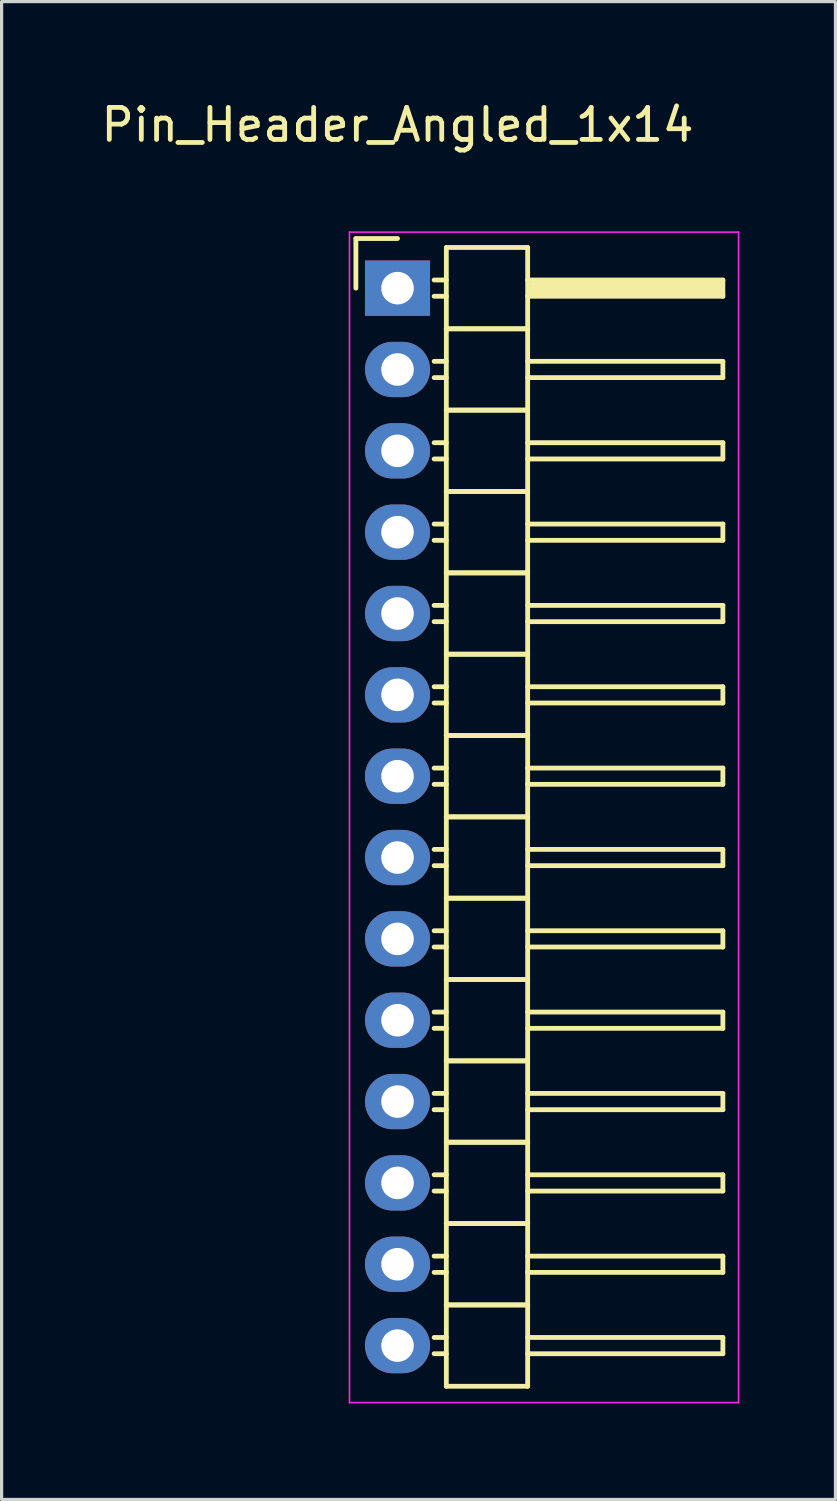
<source format=kicad_pcb>
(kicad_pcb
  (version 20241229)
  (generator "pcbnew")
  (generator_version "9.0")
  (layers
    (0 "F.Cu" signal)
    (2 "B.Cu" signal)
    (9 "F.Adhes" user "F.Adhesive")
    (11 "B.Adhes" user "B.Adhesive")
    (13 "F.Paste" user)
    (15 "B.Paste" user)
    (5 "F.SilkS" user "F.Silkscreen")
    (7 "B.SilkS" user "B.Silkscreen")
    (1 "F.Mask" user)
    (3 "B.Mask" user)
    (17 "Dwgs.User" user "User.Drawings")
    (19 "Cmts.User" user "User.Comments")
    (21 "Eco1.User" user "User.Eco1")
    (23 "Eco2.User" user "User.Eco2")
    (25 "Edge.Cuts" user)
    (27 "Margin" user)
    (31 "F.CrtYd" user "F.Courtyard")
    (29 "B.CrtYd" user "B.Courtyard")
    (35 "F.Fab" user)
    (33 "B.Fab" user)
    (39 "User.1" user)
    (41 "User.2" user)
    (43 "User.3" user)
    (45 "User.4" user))
  (footprint "Pin_Header_Angled_1x14"
    (layer "F.Cu")
    (at 9.363 5.948)
    (property "Reference" "Pin_Header_Angled_1x14" (at 0 -5.1 0) (layer "F.SilkS") (effects (font (size 1 1) (thickness 0.15))))
    (attr through_hole)
    (fp_line (start -1.3 -1.55) (end -1.3 0) (stroke (width 0.15) (type solid)) (layer "F.SilkS"))
    (fp_line (start 0 -1.55) (end -1.3 -1.55) (stroke (width 0.15) (type solid)) (layer "F.SilkS"))
    (fp_line (start 1.524 -1.27) (end 1.524 1.27) (stroke (width 0.15) (type solid)) (layer "F.SilkS"))
    (fp_line (start 1.524 -1.27) (end 4.064 -1.27) (stroke (width 0.15) (type solid)) (layer "F.SilkS"))
    (fp_line (start 1.524 -0.254) (end 1.143 -0.254) (stroke (width 0.15) (type solid)) (layer "F.SilkS"))
    (fp_line (start 1.524 0.254) (end 1.143 0.254) (stroke (width 0.15) (type solid)) (layer "F.SilkS"))
    (fp_line (start 1.524 1.27) (end 1.524 3.81) (stroke (width 0.15) (type solid)) (layer "F.SilkS"))
    (fp_line (start 1.524 1.27) (end 4.064 1.27) (stroke (width 0.15) (type solid)) (layer "F.SilkS"))
    (fp_line (start 1.524 1.27) (end 4.064 1.27) (stroke (width 0.15) (type solid)) (layer "F.SilkS"))
    (fp_line (start 1.524 2.286) (end 1.143 2.286) (stroke (width 0.15) (type solid)) (layer "F.SilkS"))
    (fp_line (start 1.524 2.794) (end 1.143 2.794) (stroke (width 0.15) (type solid)) (layer "F.SilkS"))
    (fp_line (start 1.524 3.81) (end 1.524 6.35) (stroke (width 0.15) (type solid)) (layer "F.SilkS"))
    (fp_line (start 1.524 3.81) (end 4.064 3.81) (stroke (width 0.15) (type solid)) (layer "F.SilkS"))
    (fp_line (start 1.524 3.81) (end 4.064 3.81) (stroke (width 0.15) (type solid)) (layer "F.SilkS"))
    (fp_line (start 1.524 4.826) (end 1.143 4.826) (stroke (width 0.15) (type solid)) (layer "F.SilkS"))
    (fp_line (start 1.524 5.334) (end 1.143 5.334) (stroke (width 0.15) (type solid)) (layer "F.SilkS"))
    (fp_line (start 1.524 6.35) (end 1.524 8.89) (stroke (width 0.15) (type solid)) (layer "F.SilkS"))
    (fp_line (start 1.524 6.35) (end 4.064 6.35) (stroke (width 0.15) (type solid)) (layer "F.SilkS"))
    (fp_line (start 1.524 6.35) (end 4.064 6.35) (stroke (width 0.15) (type solid)) (layer "F.SilkS"))
    (fp_line (start 1.524 7.366) (end 1.143 7.366) (stroke (width 0.15) (type solid)) (layer "F.SilkS"))
    (fp_line (start 1.524 7.874) (end 1.143 7.874) (stroke (width 0.15) (type solid)) (layer "F.SilkS"))
    (fp_line (start 1.524 8.89) (end 1.524 11.43) (stroke (width 0.15) (type solid)) (layer "F.SilkS"))
    (fp_line (start 1.524 8.89) (end 4.064 8.89) (stroke (width 0.15) (type solid)) (layer "F.SilkS"))
    (fp_line (start 1.524 8.89) (end 4.064 8.89) (stroke (width 0.15) (type solid)) (layer "F.SilkS"))
    (fp_line (start 1.524 9.906) (end 1.143 9.906) (stroke (width 0.15) (type solid)) (layer "F.SilkS"))
    (fp_line (start 1.524 10.414) (end 1.143 10.414) (stroke (width 0.15) (type solid)) (layer "F.SilkS"))
    (fp_line (start 1.524 11.43) (end 1.524 13.97) (stroke (width 0.15) (type solid)) (layer "F.SilkS"))
    (fp_line (start 1.524 11.43) (end 4.064 11.43) (stroke (width 0.15) (type solid)) (layer "F.SilkS"))
    (fp_line (start 1.524 11.43) (end 4.064 11.43) (stroke (width 0.15) (type solid)) (layer "F.SilkS"))
    (fp_line (start 1.524 12.446) (end 1.143 12.446) (stroke (width 0.15) (type solid)) (layer "F.SilkS"))
    (fp_line (start 1.524 12.954) (end 1.143 12.954) (stroke (width 0.15) (type solid)) (layer "F.SilkS"))
    (fp_line (start 1.524 13.97) (end 1.524 16.51) (stroke (width 0.15) (type solid)) (layer "F.SilkS"))
    (fp_line (start 1.524 13.97) (end 4.064 13.97) (stroke (width 0.15) (type solid)) (layer "F.SilkS"))
    (fp_line (start 1.524 13.97) (end 4.064 13.97) (stroke (width 0.15) (type solid)) (layer "F.SilkS"))
    (fp_line (start 1.524 14.986) (end 1.143 14.986) (stroke (width 0.15) (type solid)) (layer "F.SilkS"))
    (fp_line (start 1.524 15.494) (end 1.143 15.494) (stroke (width 0.15) (type solid)) (layer "F.SilkS"))
    (fp_line (start 1.524 16.51) (end 1.524 19.05) (stroke (width 0.15) (type solid)) (layer "F.SilkS"))
    (fp_line (start 1.524 16.51) (end 4.064 16.51) (stroke (width 0.15) (type solid)) (layer "F.SilkS"))
    (fp_line (start 1.524 16.51) (end 4.064 16.51) (stroke (width 0.15) (type solid)) (layer "F.SilkS"))
    (fp_line (start 1.524 17.526) (end 1.143 17.526) (stroke (width 0.15) (type solid)) (layer "F.SilkS"))
    (fp_line (start 1.524 18.034) (end 1.143 18.034) (stroke (width 0.15) (type solid)) (layer "F.SilkS"))
    (fp_line (start 1.524 19.05) (end 1.524 21.59) (stroke (width 0.15) (type solid)) (layer "F.SilkS"))
    (fp_line (start 1.524 19.05) (end 4.064 19.05) (stroke (width 0.15) (type solid)) (layer "F.SilkS"))
    (fp_line (start 1.524 19.05) (end 4.064 19.05) (stroke (width 0.15) (type solid)) (layer "F.SilkS"))
    (fp_line (start 1.524 20.066) (end 1.143 20.066) (stroke (width 0.15) (type solid)) (layer "F.SilkS"))
    (fp_line (start 1.524 20.574) (end 1.143 20.574) (stroke (width 0.15) (type solid)) (layer "F.SilkS"))
    (fp_line (start 1.524 21.59) (end 1.524 24.13) (stroke (width 0.15) (type solid)) (layer "F.SilkS"))
    (fp_line (start 1.524 21.59) (end 4.064 21.59) (stroke (width 0.15) (type solid)) (layer "F.SilkS"))
    (fp_line (start 1.524 21.59) (end 4.064 21.59) (stroke (width 0.15) (type solid)) (layer "F.SilkS"))
    (fp_line (start 1.524 22.606) (end 1.143 22.606) (stroke (width 0.15) (type solid)) (layer "F.SilkS"))
    (fp_line (start 1.524 23.114) (end 1.143 23.114) (stroke (width 0.15) (type solid)) (layer "F.SilkS"))
    (fp_line (start 1.524 24.13) (end 1.524 26.67) (stroke (width 0.15) (type solid)) (layer "F.SilkS"))
    (fp_line (start 1.524 24.13) (end 4.064 24.13) (stroke (width 0.15) (type solid)) (layer "F.SilkS"))
    (fp_line (start 1.524 24.13) (end 4.064 24.13) (stroke (width 0.15) (type solid)) (layer "F.SilkS"))
    (fp_line (start 1.524 25.146) (end 1.143 25.146) (stroke (width 0.15) (type solid)) (layer "F.SilkS"))
    (fp_line (start 1.524 25.654) (end 1.143 25.654) (stroke (width 0.15) (type solid)) (layer "F.SilkS"))
    (fp_line (start 1.524 26.67) (end 1.524 29.21) (stroke (width 0.15) (type solid)) (layer "F.SilkS"))
    (fp_line (start 1.524 26.67) (end 4.064 26.67) (stroke (width 0.15) (type solid)) (layer "F.SilkS"))
    (fp_line (start 1.524 26.67) (end 4.064 26.67) (stroke (width 0.15) (type solid)) (layer "F.SilkS"))
    (fp_line (start 1.524 27.686) (end 1.143 27.686) (stroke (width 0.15) (type solid)) (layer "F.SilkS"))
    (fp_line (start 1.524 28.194) (end 1.143 28.194) (stroke (width 0.15) (type solid)) (layer "F.SilkS"))
    (fp_line (start 1.524 29.21) (end 1.524 31.75) (stroke (width 0.15) (type solid)) (layer "F.SilkS"))
    (fp_line (start 1.524 29.21) (end 4.064 29.21) (stroke (width 0.15) (type solid)) (layer "F.SilkS"))
    (fp_line (start 1.524 29.21) (end 4.064 29.21) (stroke (width 0.15) (type solid)) (layer "F.SilkS"))
    (fp_line (start 1.524 30.226) (end 1.143 30.226) (stroke (width 0.15) (type solid)) (layer "F.SilkS"))
    (fp_line (start 1.524 30.734) (end 1.143 30.734) (stroke (width 0.15) (type solid)) (layer "F.SilkS"))
    (fp_line (start 1.524 31.75) (end 1.524 34.29) (stroke (width 0.15) (type solid)) (layer "F.SilkS"))
    (fp_line (start 1.524 31.75) (end 4.064 31.75) (stroke (width 0.15) (type solid)) (layer "F.SilkS"))
    (fp_line (start 1.524 31.75) (end 4.064 31.75) (stroke (width 0.15) (type solid)) (layer "F.SilkS"))
    (fp_line (start 1.524 32.766) (end 1.143 32.766) (stroke (width 0.15) (type solid)) (layer "F.SilkS"))
    (fp_line (start 1.524 33.274) (end 1.143 33.274) (stroke (width 0.15) (type solid)) (layer "F.SilkS"))
    (fp_line (start 1.524 34.29) (end 4.064 34.29) (stroke (width 0.15) (type solid)) (layer "F.SilkS"))
    (fp_line (start 4.064 -0.254) (end 10.16 -0.254) (stroke (width 0.15) (type solid)) (layer "F.SilkS"))
    (fp_line (start 4.064 1.27) (end 4.064 -1.27) (stroke (width 0.15) (type solid)) (layer "F.SilkS"))
    (fp_line (start 4.064 2.286) (end 10.16 2.286) (stroke (width 0.15) (type solid)) (layer "F.SilkS"))
    (fp_line (start 4.064 3.81) (end 4.064 1.27) (stroke (width 0.15) (type solid)) (layer "F.SilkS"))
    (fp_line (start 4.064 4.826) (end 10.16 4.826) (stroke (width 0.15) (type solid)) (layer "F.SilkS"))
    (fp_line (start 4.064 6.35) (end 4.064 3.81) (stroke (width 0.15) (type solid)) (layer "F.SilkS"))
    (fp_line (start 4.064 7.366) (end 10.16 7.366) (stroke (width 0.15) (type solid)) (layer "F.SilkS"))
    (fp_line (start 4.064 8.89) (end 4.064 6.35) (stroke (width 0.15) (type solid)) (layer "F.SilkS"))
    (fp_line (start 4.064 9.906) (end 10.16 9.906) (stroke (width 0.15) (type solid)) (layer "F.SilkS"))
    (fp_line (start 4.064 11.43) (end 4.064 8.89) (stroke (width 0.15) (type solid)) (layer "F.SilkS"))
    (fp_line (start 4.064 12.446) (end 10.16 12.446) (stroke (width 0.15) (type solid)) (layer "F.SilkS"))
    (fp_line (start 4.064 13.97) (end 4.064 11.43) (stroke (width 0.15) (type solid)) (layer "F.SilkS"))
    (fp_line (start 4.064 14.986) (end 10.16 14.986) (stroke (width 0.15) (type solid)) (layer "F.SilkS"))
    (fp_line (start 4.064 16.51) (end 4.064 13.97) (stroke (width 0.15) (type solid)) (layer "F.SilkS"))
    (fp_line (start 4.064 17.526) (end 10.16 17.526) (stroke (width 0.15) (type solid)) (layer "F.SilkS"))
    (fp_line (start 4.064 19.05) (end 4.064 16.51) (stroke (width 0.15) (type solid)) (layer "F.SilkS"))
    (fp_line (start 4.064 20.066) (end 10.16 20.066) (stroke (width 0.15) (type solid)) (layer "F.SilkS"))
    (fp_line (start 4.064 21.59) (end 4.064 19.05) (stroke (width 0.15) (type solid)) (layer "F.SilkS"))
    (fp_line (start 4.064 22.606) (end 10.16 22.606) (stroke (width 0.15) (type solid)) (layer "F.SilkS"))
    (fp_line (start 4.064 24.13) (end 4.064 21.59) (stroke (width 0.15) (type solid)) (layer "F.SilkS"))
    (fp_line (start 4.064 25.146) (end 10.16 25.146) (stroke (width 0.15) (type solid)) (layer "F.SilkS"))
    (fp_line (start 4.064 26.67) (end 4.064 24.13) (stroke (width 0.15) (type solid)) (layer "F.SilkS"))
    (fp_line (start 4.064 27.686) (end 10.16 27.686) (stroke (width 0.15) (type solid)) (layer "F.SilkS"))
    (fp_line (start 4.064 29.21) (end 4.064 26.67) (stroke (width 0.15) (type solid)) (layer "F.SilkS"))
    (fp_line (start 4.064 30.226) (end 10.16 30.226) (stroke (width 0.15) (type solid)) (layer "F.SilkS"))
    (fp_line (start 4.064 31.75) (end 4.064 29.21) (stroke (width 0.15) (type solid)) (layer "F.SilkS"))
    (fp_line (start 4.064 32.766) (end 10.16 32.766) (stroke (width 0.15) (type solid)) (layer "F.SilkS"))
    (fp_line (start 4.064 34.29) (end 4.064 31.75) (stroke (width 0.15) (type solid)) (layer "F.SilkS"))
    (fp_line (start 4.191 -0.127) (end 10.033 -0.127) (stroke (width 0.15) (type solid)) (layer "F.SilkS"))
    (fp_line (start 4.191 0) (end 10.033 0) (stroke (width 0.15) (type solid)) (layer "F.SilkS"))
    (fp_line (start 4.191 0.127) (end 4.191 0) (stroke (width 0.15) (type solid)) (layer "F.SilkS"))
    (fp_line (start 10.033 -0.127) (end 10.033 0.127) (stroke (width 0.15) (type solid)) (layer "F.SilkS"))
    (fp_line (start 10.033 0.127) (end 4.191 0.127) (stroke (width 0.15) (type solid)) (layer "F.SilkS"))
    (fp_line (start 10.16 -0.254) (end 10.16 0.254) (stroke (width 0.15) (type solid)) (layer "F.SilkS"))
    (fp_line (start 10.16 0.254) (end 4.064 0.254) (stroke (width 0.15) (type solid)) (layer "F.SilkS"))
    (fp_line (start 10.16 2.286) (end 10.16 2.794) (stroke (width 0.15) (type solid)) (layer "F.SilkS"))
    (fp_line (start 10.16 2.794) (end 4.064 2.794) (stroke (width 0.15) (type solid)) (layer "F.SilkS"))
    (fp_line (start 10.16 4.826) (end 10.16 5.334) (stroke (width 0.15) (type solid)) (layer "F.SilkS"))
    (fp_line (start 10.16 5.334) (end 4.064 5.334) (stroke (width 0.15) (type solid)) (layer "F.SilkS"))
    (fp_line (start 10.16 7.366) (end 10.16 7.874) (stroke (width 0.15) (type solid)) (layer "F.SilkS"))
    (fp_line (start 10.16 7.874) (end 4.064 7.874) (stroke (width 0.15) (type solid)) (layer "F.SilkS"))
    (fp_line (start 10.16 9.906) (end 10.16 10.414) (stroke (width 0.15) (type solid)) (layer "F.SilkS"))
    (fp_line (start 10.16 10.414) (end 4.064 10.414) (stroke (width 0.15) (type solid)) (layer "F.SilkS"))
    (fp_line (start 10.16 12.446) (end 10.16 12.954) (stroke (width 0.15) (type solid)) (layer "F.SilkS"))
    (fp_line (start 10.16 12.954) (end 4.064 12.954) (stroke (width 0.15) (type solid)) (layer "F.SilkS"))
    (fp_line (start 10.16 14.986) (end 10.16 15.494) (stroke (width 0.15) (type solid)) (layer "F.SilkS"))
    (fp_line (start 10.16 15.494) (end 4.064 15.494) (stroke (width 0.15) (type solid)) (layer "F.SilkS"))
    (fp_line (start 10.16 17.526) (end 10.16 18.034) (stroke (width 0.15) (type solid)) (layer "F.SilkS"))
    (fp_line (start 10.16 18.034) (end 4.064 18.034) (stroke (width 0.15) (type solid)) (layer "F.SilkS"))
    (fp_line (start 10.16 20.066) (end 10.16 20.574) (stroke (width 0.15) (type solid)) (layer "F.SilkS"))
    (fp_line (start 10.16 20.574) (end 4.064 20.574) (stroke (width 0.15) (type solid)) (layer "F.SilkS"))
    (fp_line (start 10.16 22.606) (end 10.16 23.114) (stroke (width 0.15) (type solid)) (layer "F.SilkS"))
    (fp_line (start 10.16 23.114) (end 4.064 23.114) (stroke (width 0.15) (type solid)) (layer "F.SilkS"))
    (fp_line (start 10.16 25.146) (end 10.16 25.654) (stroke (width 0.15) (type solid)) (layer "F.SilkS"))
    (fp_line (start 10.16 25.654) (end 4.064 25.654) (stroke (width 0.15) (type solid)) (layer "F.SilkS"))
    (fp_line (start 10.16 27.686) (end 10.16 28.194) (stroke (width 0.15) (type solid)) (layer "F.SilkS"))
    (fp_line (start 10.16 28.194) (end 4.064 28.194) (stroke (width 0.15) (type solid)) (layer "F.SilkS"))
    (fp_line (start 10.16 30.226) (end 10.16 30.734) (stroke (width 0.15) (type solid)) (layer "F.SilkS"))
    (fp_line (start 10.16 30.734) (end 4.064 30.734) (stroke (width 0.15) (type solid)) (layer "F.SilkS"))
    (fp_line (start 10.16 32.766) (end 10.16 33.274) (stroke (width 0.15) (type solid)) (layer "F.SilkS"))
    (fp_line (start 10.16 33.274) (end 4.064 33.274) (stroke (width 0.15) (type solid)) (layer "F.SilkS"))
    (fp_line (start -1.5 -1.75) (end -1.5 34.8) (stroke (width 0.05) (type solid)) (layer "F.CrtYd"))
    (fp_line (start -1.5 -1.75) (end 10.65 -1.75) (stroke (width 0.05) (type solid)) (layer "F.CrtYd"))
    (fp_line (start -1.5 34.8) (end 10.65 34.8) (stroke (width 0.05) (type solid)) (layer "F.CrtYd"))
    (fp_line (start 10.65 -1.75) (end 10.65 34.8) (stroke (width 0.05) (type solid)) (layer "F.CrtYd"))
    (pad "1" thru_hole rect (at 0 0) (size 2.032 1.727) (drill 1.016) (layers "*.Cu" "*.Mask"))
    (pad "2" thru_hole oval (at 0 2.54) (size 2.032 1.727) (drill 1.016) (layers "*.Cu" "*.Mask"))
    (pad "3" thru_hole oval (at 0 5.08) (size 2.032 1.727) (drill 1.016) (layers "*.Cu" "*.Mask"))
    (pad "4" thru_hole oval (at 0 7.62) (size 2.032 1.727) (drill 1.016) (layers "*.Cu" "*.Mask"))
    (pad "5" thru_hole oval (at 0 10.16) (size 2.032 1.727) (drill 1.016) (layers "*.Cu" "*.Mask"))
    (pad "6" thru_hole oval (at 0 12.7) (size 2.032 1.727) (drill 1.016) (layers "*.Cu" "*.Mask"))
    (pad "7" thru_hole oval (at 0 15.24) (size 2.032 1.727) (drill 1.016) (layers "*.Cu" "*.Mask"))
    (pad "8" thru_hole oval (at 0 17.78) (size 2.032 1.727) (drill 1.016) (layers "*.Cu" "*.Mask"))
    (pad "9" thru_hole oval (at 0 20.32) (size 2.032 1.727) (drill 1.016) (layers "*.Cu" "*.Mask"))
    (pad "10" thru_hole oval (at 0 22.86) (size 2.032 1.727) (drill 1.016) (layers "*.Cu" "*.Mask"))
    (pad "11" thru_hole oval (at 0 25.4) (size 2.032 1.727) (drill 1.016) (layers "*.Cu" "*.Mask"))
    (pad "12" thru_hole oval (at 0 27.94) (size 2.032 1.727) (drill 1.016) (layers "*.Cu" "*.Mask"))
    (pad "13" thru_hole oval (at 0 30.48) (size 2.032 1.727) (drill 1.016) (layers "*.Cu" "*.Mask"))
    (pad "14" thru_hole oval (at 0 33.02) (size 2.032 1.727) (drill 1.016) (layers "*.Cu" "*.Mask")))
  (gr_rect
    (start -3 -3)
    (end 23.038 43.773)
    (stroke (width 0.1) (type default))
    (fill no)
    (layer "Edge.Cuts")))
</source>
